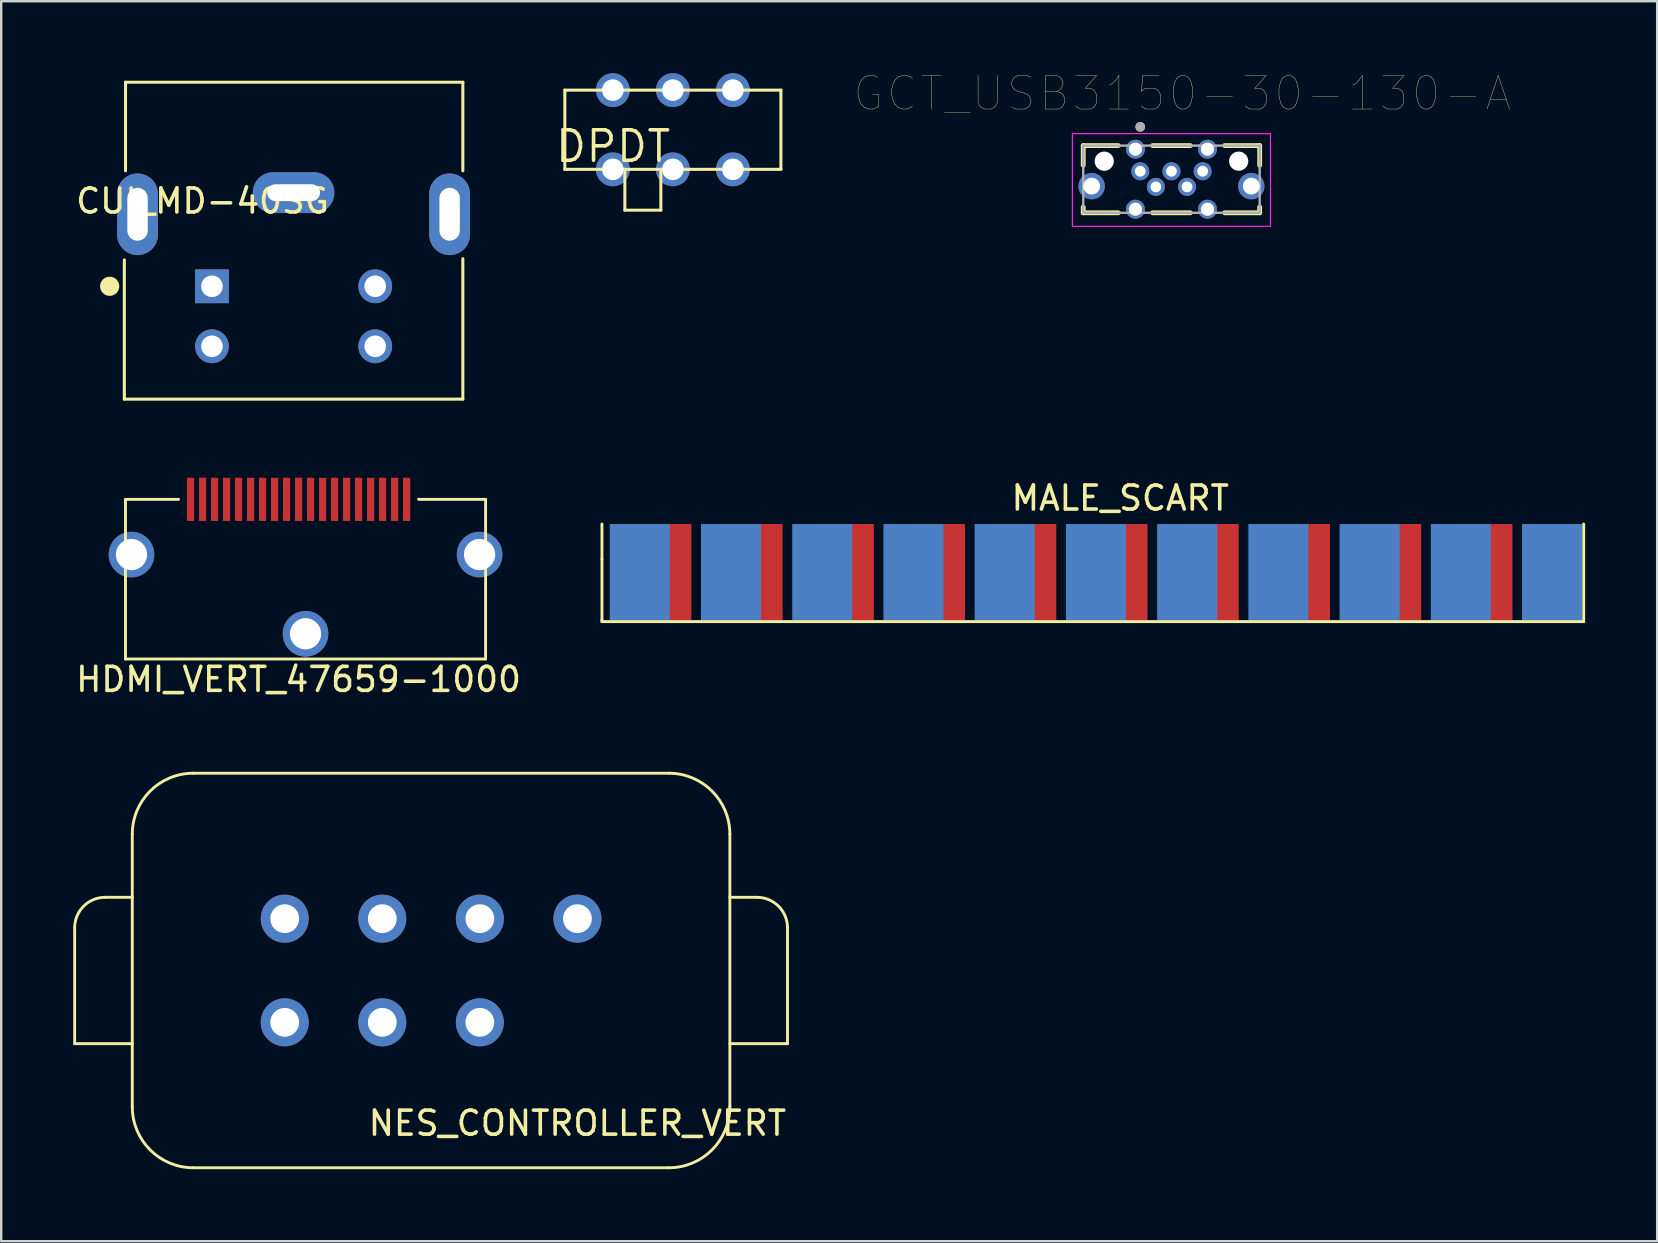
<source format=kicad_pcb>
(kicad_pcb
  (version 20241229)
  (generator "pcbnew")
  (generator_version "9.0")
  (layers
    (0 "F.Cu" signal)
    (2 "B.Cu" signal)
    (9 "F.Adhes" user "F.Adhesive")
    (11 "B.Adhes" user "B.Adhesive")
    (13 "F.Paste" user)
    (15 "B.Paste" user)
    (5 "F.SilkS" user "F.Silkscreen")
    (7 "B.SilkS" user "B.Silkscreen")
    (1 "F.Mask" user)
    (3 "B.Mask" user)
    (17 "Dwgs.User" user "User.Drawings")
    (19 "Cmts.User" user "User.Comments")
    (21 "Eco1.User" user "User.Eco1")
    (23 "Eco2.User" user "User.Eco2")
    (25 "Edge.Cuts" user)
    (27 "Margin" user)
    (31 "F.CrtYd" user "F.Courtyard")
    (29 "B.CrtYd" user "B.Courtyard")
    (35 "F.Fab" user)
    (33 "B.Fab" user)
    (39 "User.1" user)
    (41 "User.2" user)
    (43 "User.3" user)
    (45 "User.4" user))
  (footprint "CUI_MD-40SG"
    (layer "F.Cu")
    (at 9.179 6.975)
    (property "Reference" "CUI_MD-40SG" (at -3.792 -1.651 0) (layer "F.SilkS") (effects (font (size 1 1) (thickness 0.15))))
    (attr through_hole)
    (fp_line (start -7.05 6.6) (end -7.05 0.8) (stroke (width 0.127) (type solid)) (layer "F.SilkS"))
    (fp_line (start -7 -6.6) (end -7 -2.91) (stroke (width 0.127) (type solid)) (layer "F.SilkS"))
    (fp_line (start -7 -6.6) (end 7.05 -6.6) (stroke (width 0.127) (type solid)) (layer "F.SilkS"))
    (fp_line (start 7.05 -6.6) (end 7.05 -2.91) (stroke (width 0.127) (type solid)) (layer "F.SilkS"))
    (fp_line (start 7.05 6.6) (end -7.05 6.6) (stroke (width 0.127) (type solid)) (layer "F.SilkS"))
    (fp_line (start 7.05 6.6) (end 7.05 0.75) (stroke (width 0.127) (type solid)) (layer "F.SilkS"))
    (fp_circle (center -7.66 1.9) (end -7.46 1.9) (stroke (width 0.4) (type solid)) (fill no) (layer "F.SilkS"))
    (fp_line (start -7.85 -2.8) (end -7.25 -2.8) (stroke (width 0.05) (type solid)) (layer "Eco1.User"))
    (fp_line (start -7.85 0.6) (end -7.85 -2.8) (stroke (width 0.05) (type solid)) (layer "Eco1.User"))
    (fp_line (start -7.25 -6.95) (end -7.25 -2.8) (stroke (width 0.05) (type solid)) (layer "Eco1.User"))
    (fp_line (start -7.25 -6.95) (end 7.25 -6.95) (stroke (width 0.05) (type solid)) (layer "Eco1.User"))
    (fp_line (start -7.25 0.6) (end -7.85 0.6) (stroke (width 0.05) (type solid)) (layer "Eco1.User"))
    (fp_line (start -7.25 6.85) (end -7.25 0.6) (stroke (width 0.05) (type solid)) (layer "Eco1.User"))
    (fp_line (start 7.25 -6.95) (end 7.25 -2.8) (stroke (width 0.05) (type solid)) (layer "Eco1.User"))
    (fp_line (start 7.25 -2.8) (end 7.8 -2.8) (stroke (width 0.05) (type solid)) (layer "Eco1.User"))
    (fp_line (start 7.3 0.6) (end 7.3 6.85) (stroke (width 0.05) (type solid)) (layer "Eco1.User"))
    (fp_line (start 7.3 6.85) (end -7.25 6.85) (stroke (width 0.05) (type solid)) (layer "Eco1.User"))
    (fp_line (start 7.8 -2.8) (end 7.8 0.6) (stroke (width 0.05) (type solid)) (layer "Eco1.User"))
    (fp_line (start 7.8 0.6) (end 7.3 0.6) (stroke (width 0.05) (type solid)) (layer "Eco1.User"))
    (fp_line (start -7.05 -6.6) (end 4.89 -6.6) (stroke (width 0.127) (type solid)) (layer "Eco2.User"))
    (fp_line (start -7.05 6.6) (end -7.05 -6.6) (stroke (width 0.127) (type solid)) (layer "Eco2.User"))
    (fp_line (start 4.89 -6.6) (end 5.25 -6.6) (stroke (width 0.127) (type solid)) (layer "Eco2.User"))
    (fp_line (start 5.25 -6.6) (end 4.89 -6.6) (stroke (width 0.127) (type solid)) (layer "Eco2.User"))
    (fp_line (start 5.25 -6.6) (end 7.05 -6.6) (stroke (width 0.127) (type solid)) (layer "Eco2.User"))
    (fp_line (start 7.05 -6.6) (end 7.05 6.6) (stroke (width 0.127) (type solid)) (layer "Eco2.User"))
    (fp_line (start 7.05 6.6) (end -7.05 6.6) (stroke (width 0.127) (type solid)) (layer "Eco2.User"))
    (fp_circle (center -5.12 1.9) (end -4.92 1.9) (stroke (width 0.4) (type solid)) (fill no) (layer "Eco2.User"))
    (pad "1" thru_hole rect (at -3.4 1.9 270) (size 1.408 1.408) (drill 0.9) (layers "*.Cu" "*.Mask"))
    (pad "2" thru_hole circle (at 3.4 1.9 270) (size 1.408 1.408) (drill 0.9) (layers "*.Cu" "*.Mask"))
    (pad "3" thru_hole circle (at -3.4 4.4 270) (size 1.408 1.408) (drill 0.9) (layers "*.Cu" "*.Mask"))
    (pad "4" thru_hole circle (at 3.4 4.4 270) (size 1.408 1.408) (drill 0.9) (layers "*.Cu" "*.Mask"))
    (pad "S1" thru_hole oval (at -6.5 -1.1 90) (size 3.4 1.7) (drill oval 2.2 0.85) (layers "*.Cu" "*.Mask"))
    (pad "S2" thru_hole oval (at 0 -2 180) (size 3.4 1.7) (drill oval 2.2 0.7) (layers "*.Cu" "*.Mask"))
    (pad "S3" thru_hole oval (at 6.5 -1.1 270) (size 3.4 1.7) (drill oval 2.2 0.85) (layers "*.Cu" "*.Mask")))
  (footprint "MALE_SCART"
    (layer "F.Cu")
    (at 22.024 22.778)
    (property "Reference" "MALE_SCART" (at 21.59 -5.08 0) (layer "F.SilkS") (effects (font (size 1 1) (thickness 0.15))))
    (attr through_hole)
    (fp_line (start 0 -2.54) (end 0 -4) (stroke (width 0.12) (type solid)) (layer "F.SilkS"))
    (fp_line (start 0 0) (end 0 -2.54) (stroke (width 0.12) (type solid)) (layer "F.SilkS"))
    (fp_line (start 0 0) (end 0 0.064) (stroke (width 0.12) (type solid)) (layer "F.SilkS"))
    (fp_line (start 0 0.064) (end 40.894 0.064) (stroke (width 0.12) (type solid)) (layer "F.SilkS"))
    (fp_line (start 40.894 0.064) (end 40.894 -4) (stroke (width 0.12) (type solid)) (layer "F.SilkS"))
    (pad "1" smd rect (at 1.575 -2) (size 2.5 4) (layers "B.Cu" "B.Mask" "B.Paste"))
    (pad "2" smd rect (at 2.475 -2) (size 2.5 4) (layers "F.Cu" "F.Mask" "F.Paste"))
    (pad "3" smd rect (at 5.375 -2) (size 2.5 4) (layers "B.Cu" "B.Mask" "B.Paste"))
    (pad "4" smd rect (at 6.275 -2) (size 2.5 4) (layers "F.Cu" "F.Mask" "F.Paste"))
    (pad "5" smd rect (at 9.175 -2) (size 2.5 4) (layers "B.Cu" "B.Mask" "B.Paste"))
    (pad "6" smd rect (at 10.075 -2) (size 2.5 4) (layers "F.Cu" "F.Mask" "F.Paste"))
    (pad "7" smd rect (at 12.975 -2) (size 2.5 4) (layers "B.Cu" "B.Mask" "B.Paste"))
    (pad "8" smd rect (at 13.875 -2) (size 2.5 4) (layers "F.Cu" "F.Mask" "F.Paste"))
    (pad "9" smd rect (at 16.775 -2) (size 2.5 4) (layers "B.Cu" "B.Mask" "B.Paste"))
    (pad "10" smd rect (at 17.675 -2) (size 2.5 4) (layers "F.Cu" "F.Mask" "F.Paste"))
    (pad "11" smd rect (at 20.575 -2) (size 2.5 4) (layers "B.Cu" "B.Mask" "B.Paste"))
    (pad "12" smd rect (at 21.475 -2) (size 2.5 4) (layers "F.Cu" "F.Mask" "F.Paste"))
    (pad "13" smd rect (at 24.375 -2) (size 2.5 4) (layers "B.Cu" "B.Mask" "B.Paste"))
    (pad "14" smd rect (at 25.275 -2) (size 2.5 4) (layers "F.Cu" "F.Mask" "F.Paste"))
    (pad "15" smd rect (at 28.175 -2) (size 2.5 4) (layers "B.Cu" "B.Mask" "B.Paste"))
    (pad "16" smd rect (at 29.075 -2) (size 2.5 4) (layers "F.Cu" "F.Mask" "F.Paste"))
    (pad "17" smd rect (at 31.975 -2) (size 2.5 4) (layers "B.Cu" "B.Mask" "B.Paste"))
    (pad "18" smd rect (at 32.875 -2) (size 2.5 4) (layers "F.Cu" "F.Mask" "F.Paste"))
    (pad "19" smd rect (at 35.775 -2) (size 2.5 4) (layers "B.Cu" "B.Mask" "B.Paste"))
    (pad "20" smd rect (at 36.675 -2) (size 2.5 4) (layers "F.Cu" "F.Mask" "F.Paste"))
    (pad "21" smd rect (at 39.575 -2) (size 2.5 4) (layers "B.Cu" "B.Mask" "B.Paste")))
  (footprint "GCT_USB3150-30-130-A"
    (layer "F.Cu")
    (at 45.746 4.734)
    (property "Reference" "GCT_USB3150-30-130-A" (at 0.445 -3.889 0) (layer "F.SilkS") (effects (font (size 1.4 1.4) (thickness 0.015))))
    (attr through_hole)
    (fp_line (start -3.675 -1.72) (end -3.675 -0.9) (stroke (width 0.2) (type solid)) (layer "F.SilkS"))
    (fp_line (start -3.675 -1.72) (end -2.215 -1.72) (stroke (width 0.2) (type solid)) (layer "F.SilkS"))
    (fp_line (start -3.675 0.84) (end -3.675 1.08) (stroke (width 0.2) (type solid)) (layer "F.SilkS"))
    (fp_line (start -3.675 1.08) (end -2.215 1.08) (stroke (width 0.2) (type solid)) (layer "F.SilkS"))
    (fp_line (start -0.785 -1.72) (end 0.785 -1.72) (stroke (width 0.2) (type solid)) (layer "F.SilkS"))
    (fp_line (start -0.785 1.08) (end 0.785 1.08) (stroke (width 0.2) (type solid)) (layer "F.SilkS"))
    (fp_line (start 2.215 -1.72) (end 3.675 -1.72) (stroke (width 0.2) (type solid)) (layer "F.SilkS"))
    (fp_line (start 2.215 1.08) (end 3.675 1.08) (stroke (width 0.2) (type solid)) (layer "F.SilkS"))
    (fp_line (start 3.675 -1.72) (end 3.675 -0.9) (stroke (width 0.2) (type solid)) (layer "F.SilkS"))
    (fp_line (start 3.675 0.84) (end 3.675 1.08) (stroke (width 0.2) (type solid)) (layer "F.SilkS"))
    (fp_circle (center -1.3 -2.5) (end -1.2 -2.5) (stroke (width 0.2) (type solid)) (fill no) (layer "F.SilkS"))
    (fp_line (start -4.125 -2.215) (end -4.125 1.645) (stroke (width 0.05) (type solid)) (layer "F.CrtYd"))
    (fp_line (start -4.125 -2.215) (end 4.125 -2.215) (stroke (width 0.05) (type solid)) (layer "F.CrtYd"))
    (fp_line (start 4.125 1.645) (end -4.125 1.645) (stroke (width 0.05) (type solid)) (layer "F.CrtYd"))
    (fp_line (start 4.125 1.645) (end 4.125 -2.215) (stroke (width 0.05) (type solid)) (layer "F.CrtYd"))
    (fp_line (start -3.675 -1.72) (end -3.675 1.08) (stroke (width 0.1) (type solid)) (layer "F.Fab"))
    (fp_line (start -3.675 -1.72) (end 3.675 -1.72) (stroke (width 0.1) (type solid)) (layer "F.Fab"))
    (fp_line (start 3.675 1.08) (end -3.675 1.08) (stroke (width 0.1) (type solid)) (layer "F.Fab"))
    (fp_line (start 3.675 1.08) (end 3.675 -1.72) (stroke (width 0.1) (type solid)) (layer "F.Fab"))
    (fp_circle (center -1.3 -2.5) (end -1.2 -2.5) (stroke (width 0.2) (type solid)) (fill no) (layer "F.Fab"))
    (pad "" np_thru_hole circle (at -2.8 -1.07) (size 0.8 0.8) (drill 0.8) (layers "*.Cu" "*.Mask"))
    (pad "" np_thru_hole circle (at 2.8 -1.07) (size 0.8 0.8) (drill 0.8) (layers "*.Cu" "*.Mask"))
    (pad "1" thru_hole circle (at -1.3 -0.65) (size 0.75 0.75) (drill 0.45) (layers "*.Cu" "*.Mask"))
    (pad "2" thru_hole circle (at -0.65 0) (size 0.75 0.75) (drill 0.45) (layers "*.Cu" "*.Mask"))
    (pad "3" thru_hole circle (at 0 -0.65) (size 0.75 0.75) (drill 0.45) (layers "*.Cu" "*.Mask"))
    (pad "4" thru_hole circle (at 0.65 0) (size 0.75 0.75) (drill 0.45) (layers "*.Cu" "*.Mask"))
    (pad "5" thru_hole circle (at 1.3 -0.65) (size 0.75 0.75) (drill 0.45) (layers "*.Cu" "*.Mask"))
    (pad "S1" thru_hole circle (at -1.5 -1.57) (size 0.79 0.79) (drill 0.55) (layers "*.Cu" "*.Mask"))
    (pad "S2" thru_hole circle (at 1.5 -1.57) (size 0.79 0.79) (drill 0.55) (layers "*.Cu" "*.Mask"))
    (pad "S3" thru_hole circle (at -1.5 0.93) (size 0.79 0.79) (drill 0.55) (layers "*.Cu" "*.Mask"))
    (pad "S4" thru_hole circle (at 1.5 0.93) (size 0.79 0.79) (drill 0.55) (layers "*.Cu" "*.Mask"))
    (pad "S5" thru_hole circle (at -3.325 -0.03) (size 1.1 1.1) (drill 0.7) (layers "*.Cu" "*.Mask"))
    (pad "S6" thru_hole circle (at 3.325 -0.03) (size 1.1 1.1) (drill 0.7) (layers "*.Cu" "*.Mask")))
  (footprint "HDMI_VERT_47659-1000"
    (layer "F.Cu")
    (at 9.387 17.75)
    (property "Reference" "HDMI_VERT_47659-1000" (at 0 7.5 0) (layer "F.SilkS") (effects (font (size 1 1) (thickness 0.15))))
    (attr through_hole)
    (fp_line (start -7.21 0) (end -7.21 6.65) (stroke (width 0.12) (type solid)) (layer "F.SilkS"))
    (fp_line (start -7.21 0) (end -5 0) (stroke (width 0.12) (type solid)) (layer "F.SilkS"))
    (fp_line (start -7.21 6.65) (end 0.29 6.65) (stroke (width 0.12) (type solid)) (layer "F.SilkS"))
    (fp_line (start 0.29 6.65) (end 7.79 6.65) (stroke (width 0.12) (type solid)) (layer "F.SilkS"))
    (fp_line (start 5 0) (end 7.79 0) (stroke (width 0.12) (type solid)) (layer "F.SilkS"))
    (fp_line (start 7.79 6.65) (end 7.79 0) (stroke (width 0.12) (type solid)) (layer "F.SilkS"))
    (pad "1" smd rect (at 4.5 0) (size 0.3 1.8) (layers "F.Cu" "F.Mask" "F.Paste"))
    (pad "2" smd rect (at 4 0) (size 0.3 1.8) (layers "F.Cu" "F.Mask" "F.Paste"))
    (pad "3" smd rect (at 3.5 0) (size 0.3 1.8) (layers "F.Cu" "F.Mask" "F.Paste"))
    (pad "4" smd rect (at 3 0) (size 0.3 1.8) (layers "F.Cu" "F.Mask" "F.Paste"))
    (pad "5" smd rect (at 2.5 0) (size 0.3 1.8) (layers "F.Cu" "F.Mask" "F.Paste"))
    (pad "6" smd rect (at 2 0) (size 0.3 1.8) (layers "F.Cu" "F.Mask" "F.Paste"))
    (pad "7" smd rect (at 1.5 0) (size 0.3 1.8) (layers "F.Cu" "F.Mask" "F.Paste"))
    (pad "8" smd rect (at 1 0) (size 0.3 1.8) (layers "F.Cu" "F.Mask" "F.Paste"))
    (pad "9" smd rect (at 0.5 0) (size 0.3 1.8) (layers "F.Cu" "F.Mask" "F.Paste"))
    (pad "10" smd rect (at 0 0) (size 0.3 1.8) (layers "F.Cu" "F.Mask" "F.Paste"))
    (pad "11" smd rect (at -0.5 0) (size 0.3 1.8) (layers "F.Cu" "F.Mask" "F.Paste"))
    (pad "12" smd rect (at -1 0) (size 0.3 1.8) (layers "F.Cu" "F.Mask" "F.Paste"))
    (pad "13" smd rect (at -1.5 0) (size 0.3 1.8) (layers "F.Cu" "F.Mask" "F.Paste"))
    (pad "14" smd rect (at -2 0) (size 0.3 1.8) (layers "F.Cu" "F.Mask" "F.Paste"))
    (pad "15" smd rect (at -2.5 0) (size 0.3 1.8) (layers "F.Cu" "F.Mask" "F.Paste"))
    (pad "16" smd rect (at -3 0) (size 0.3 1.8) (layers "F.Cu" "F.Mask" "F.Paste"))
    (pad "17" smd rect (at -3.5 0) (size 0.3 1.8) (layers "F.Cu" "F.Mask" "F.Paste"))
    (pad "18" smd rect (at -4 0) (size 0.3 1.8) (layers "F.Cu" "F.Mask" "F.Paste"))
    (pad "19" smd rect (at -4.5 0) (size 0.3 1.8) (layers "F.Cu" "F.Mask" "F.Paste"))
    (pad "SH" thru_hole circle (at -6.96 2.3) (size 1.9 1.9) (drill 1.3) (layers "*.Cu" "*.Mask"))
    (pad "SH" thru_hole circle (at 0.29 5.6) (size 1.9 1.9) (drill 1.3) (layers "*.Cu" "*.Mask"))
    (pad "SH" thru_hole circle (at 7.54 2.3) (size 1.9 1.9) (drill 1.3) (layers "*.Cu" "*.Mask")))
  (footprint "DPDT"
    (layer "F.Cu")
    (at 24.978 2.304)
    (property "Reference" "DPDT" (at 0 0 0) (layer "F.SilkS") (effects (font (size 1.27 1.27) (thickness 0.15)) (justify right top)))
    (attr through_hole)
    (fp_line (start -4.5 -1.6) (end 4.5 -1.6) (stroke (width 0.127) (type solid)) (layer "F.SilkS"))
    (fp_line (start -4.5 1.7) (end -4.5 -1.6) (stroke (width 0.127) (type solid)) (layer "F.SilkS"))
    (fp_line (start -2 1.7) (end -4.5 1.7) (stroke (width 0.127) (type solid)) (layer "F.SilkS"))
    (fp_line (start -2 1.7) (end -2 3.4) (stroke (width 0.127) (type solid)) (layer "F.SilkS"))
    (fp_line (start -2 3.4) (end -0.5 3.4) (stroke (width 0.127) (type solid)) (layer "F.SilkS"))
    (fp_line (start -0.5 1.7) (end -2 1.7) (stroke (width 0.127) (type solid)) (layer "F.SilkS"))
    (fp_line (start -0.5 3.4) (end -0.5 1.7) (stroke (width 0.127) (type solid)) (layer "F.SilkS"))
    (fp_line (start 4.5 -1.6) (end 4.5 1.7) (stroke (width 0.127) (type solid)) (layer "F.SilkS"))
    (fp_line (start 4.5 1.7) (end -0.5 1.7) (stroke (width 0.127) (type solid)) (layer "F.SilkS"))
    (pad "1" thru_hole circle (at -2.5 1.7) (size 1.408 1.408) (drill 0.9) (layers "*.Cu" "*.Mask"))
    (pad "2" thru_hole circle (at 0 1.7) (size 1.408 1.408) (drill 0.9) (layers "*.Cu" "*.Mask"))
    (pad "3" thru_hole circle (at 2.5 1.7) (size 1.408 1.408) (drill 0.9) (layers "*.Cu" "*.Mask"))
    (pad "4" thru_hole circle (at -2.5 -1.6) (size 1.408 1.408) (drill 0.9) (layers "*.Cu" "*.Mask"))
    (pad "5" thru_hole circle (at 0 -1.6) (size 1.408 1.408) (drill 0.9) (layers "*.Cu" "*.Mask"))
    (pad "6" thru_hole circle (at 2.5 -1.6) (size 1.408 1.408) (drill 0.9) (layers "*.Cu" "*.Mask")))
  (footprint "NES_CONTROLLER_VERT"
    (layer "F.Cu")
    (at 14.906 37.375)
    (property "Reference" "NES_CONTROLLER_VERT" (at 6.096 6.361 0) (layer "F.SilkS") (effects (font (size 1 1) (thickness 0.15))))
    (attr through_hole)
    (fp_line (start -14.846 3.048) (end -14.846 -1.778) (stroke (width 0.12) (type solid)) (layer "F.SilkS"))
    (fp_line (start -14.846 3.048) (end -12.446 3.048) (stroke (width 0.12) (type solid)) (layer "F.SilkS"))
    (fp_line (start -13.576 -3.048) (end -12.446 -3.048) (stroke (width 0.12) (type solid)) (layer "F.SilkS"))
    (fp_line (start -12.446 -5.677) (end -12.446 5.677) (stroke (width 0.12) (type solid)) (layer "F.SilkS"))
    (fp_line (start -9.906 8.217) (end 9.906 8.217) (stroke (width 0.12) (type solid)) (layer "F.SilkS"))
    (fp_line (start 9.906 -8.217) (end -9.906 -8.217) (stroke (width 0.12) (type solid)) (layer "F.SilkS"))
    (fp_line (start 12.446 5.677) (end 12.446 -5.677) (stroke (width 0.12) (type solid)) (layer "F.SilkS"))
    (fp_line (start 13.576 -3.048) (end 12.446 -3.048) (stroke (width 0.12) (type solid)) (layer "F.SilkS"))
    (fp_line (start 14.846 3.048) (end 12.446 3.048) (stroke (width 0.12) (type solid)) (layer "F.SilkS"))
    (fp_line (start 14.846 3.048) (end 14.846 -1.778) (stroke (width 0.12) (type solid)) (layer "F.SilkS"))
    (fp_arc (start -14.8463 -1.778) (mid -14.474326 -2.676026) (end -13.5763 -3.048) (stroke (width 0.12) (type solid)) (layer "F.SilkS"))
    (fp_arc (start -12.446 -5.6769) (mid -11.702051 -7.472951) (end -9.906 -8.2169) (stroke (width 0.12) (type solid)) (layer "F.SilkS"))
    (fp_arc (start -9.906 8.2169) (mid -11.702051 7.472951) (end -12.446 5.6769) (stroke (width 0.12) (type solid)) (layer "F.SilkS"))
    (fp_arc (start 9.906 -8.2169) (mid 11.702051 -7.472951) (end 12.446 -5.6769) (stroke (width 0.12) (type solid)) (layer "F.SilkS"))
    (fp_arc (start 12.446 5.6769) (mid 11.702051 7.472951) (end 9.906 8.2169) (stroke (width 0.12) (type solid)) (layer "F.SilkS"))
    (fp_arc (start 13.5763 -3.048) (mid 14.474326 -2.676026) (end 14.8463 -1.778) (stroke (width 0.12) (type solid)) (layer "F.SilkS"))
    (pad "1" thru_hole circle (at 6.096 -2.159) (size 2 2) (drill 1.2) (layers "*.Cu" "*.Mask"))
    (pad "2" thru_hole circle (at 2.032 -2.159) (size 2 2) (drill 1.2) (layers "*.Cu" "*.Mask"))
    (pad "3" thru_hole circle (at -2.032 -2.159) (size 2 2) (drill 1.2) (layers "*.Cu" "*.Mask"))
    (pad "4" thru_hole circle (at -6.096 -2.159) (size 2 2) (drill 1.2) (layers "*.Cu" "*.Mask"))
    (pad "5" thru_hole circle (at -6.096 2.159) (size 2 2) (drill 1.2) (layers "*.Cu" "*.Mask"))
    (pad "6" thru_hole circle (at -2.032 2.159) (size 2 2) (drill 1.2) (layers "*.Cu" "*.Mask"))
    (pad "7" thru_hole circle (at 2.032 2.159) (size 2 2) (drill 1.2) (layers "*.Cu" "*.Mask")))
  (gr_rect
    (start -3 -3)
    (end 65.978 48.652)
    (stroke (width 0.1) (type default))
    (fill no)
    (layer "Edge.Cuts")))
</source>
